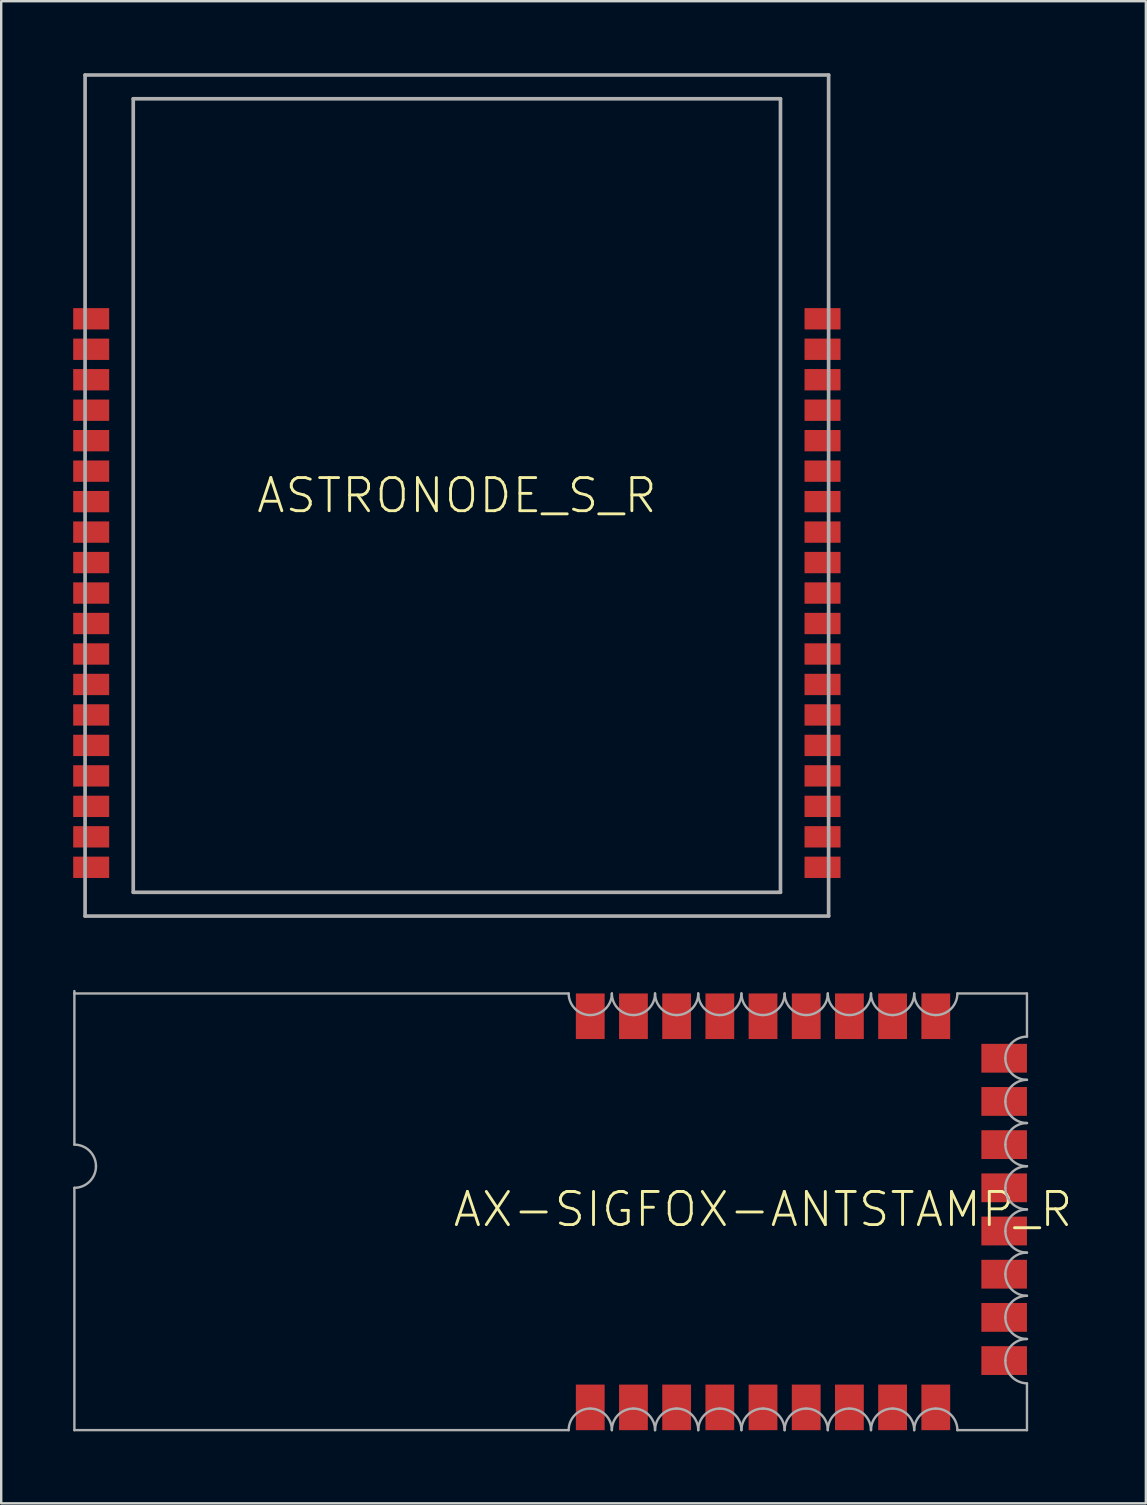
<source format=kicad_pcb>
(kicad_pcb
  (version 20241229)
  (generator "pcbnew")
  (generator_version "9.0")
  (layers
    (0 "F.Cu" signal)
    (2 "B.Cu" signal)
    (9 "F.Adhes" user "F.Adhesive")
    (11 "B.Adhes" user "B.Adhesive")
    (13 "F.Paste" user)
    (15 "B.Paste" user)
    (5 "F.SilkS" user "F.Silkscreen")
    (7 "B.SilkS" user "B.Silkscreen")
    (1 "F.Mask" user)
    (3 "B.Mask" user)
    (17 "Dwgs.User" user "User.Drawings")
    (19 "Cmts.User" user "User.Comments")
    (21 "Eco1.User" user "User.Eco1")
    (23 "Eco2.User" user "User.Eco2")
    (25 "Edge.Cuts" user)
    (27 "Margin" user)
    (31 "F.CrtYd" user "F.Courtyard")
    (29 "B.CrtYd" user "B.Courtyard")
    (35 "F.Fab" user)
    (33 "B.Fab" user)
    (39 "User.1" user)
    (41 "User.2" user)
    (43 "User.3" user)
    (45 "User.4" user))
  (footprint "AX-SIGFOX-ANTSTAMP_R"
    (layer "F.Cu")
    (at 28.75 47.354)
    (property "Reference" "AX-SIGFOX-ANTSTAMP_R" (at 0 0 0) (unlocked yes) (layer "F.SilkS") (effects (font (size 1.38 1.38) (thickness 0.12))))
    (fp_line (start -28.7 -9) (end -28.7 -9.1) (stroke (width 0.1) (type solid)) (layer "F.Fab"))
    (fp_line (start -28.7 -9) (end -28.7 -2.7) (stroke (width 0.1) (type solid)) (layer "F.Fab"))
    (fp_line (start -28.7 -0.9) (end -28.7 9.2) (stroke (width 0.1) (type solid)) (layer "F.Fab"))
    (fp_line (start -28.7 9.2) (end -8.1 9.2) (stroke (width 0.1) (type solid)) (layer "F.Fab"))
    (fp_line (start -8.1 -9) (end -28.7 -9) (stroke (width 0.1) (type solid)) (layer "F.Fab"))
    (fp_line (start 8.1 -9) (end 11 -9) (stroke (width 0.1) (type solid)) (layer "F.Fab"))
    (fp_line (start 8.1 9.2) (end 11 9.2) (stroke (width 0.1) (type solid)) (layer "F.Fab"))
    (fp_line (start 11 -7.2) (end 11 -9) (stroke (width 0.1) (type solid)) (layer "F.Fab"))
    (fp_line (start 11 9.2) (end 11 7.25) (stroke (width 0.1) (type solid)) (layer "F.Fab"))
    (fp_arc (start -28.7 -2.7) (mid -28.063604 -2.436396) (end -27.8 -1.8) (stroke (width 0.1) (type solid)) (layer "F.Fab"))
    (fp_arc (start -27.8 -1.8) (mid -28.063604 -1.163604) (end -28.7 -0.9) (stroke (width 0.1) (type solid)) (layer "F.Fab"))
    (fp_arc (start -8.1 9.2) (mid -7.836396 8.563604) (end -7.2 8.3) (stroke (width 0.1) (type solid)) (layer "F.Fab"))
    (fp_arc (start -7.2 -8.1) (mid -7.836396 -8.363604) (end -8.1 -9) (stroke (width 0.1) (type solid)) (layer "F.Fab"))
    (fp_arc (start -7.2 8.3) (mid -6.563604 8.563604) (end -6.3 9.2) (stroke (width 0.1) (type solid)) (layer "F.Fab"))
    (fp_arc (start -6.3 -9) (mid -6.563604 -8.363604) (end -7.2 -8.1) (stroke (width 0.1) (type solid)) (layer "F.Fab"))
    (fp_arc (start -6.3 9.2) (mid -6.036396 8.563604) (end -5.4 8.3) (stroke (width 0.1) (type solid)) (layer "F.Fab"))
    (fp_arc (start -5.4 -8.1) (mid -6.036396 -8.363604) (end -6.3 -9) (stroke (width 0.1) (type solid)) (layer "F.Fab"))
    (fp_arc (start -5.4 8.3) (mid -4.763604 8.563604) (end -4.5 9.2) (stroke (width 0.1) (type solid)) (layer "F.Fab"))
    (fp_arc (start -4.5 -9) (mid -4.763604 -8.363604) (end -5.4 -8.1) (stroke (width 0.1) (type solid)) (layer "F.Fab"))
    (fp_arc (start -4.5 9.2) (mid -4.236396 8.563604) (end -3.6 8.3) (stroke (width 0.1) (type solid)) (layer "F.Fab"))
    (fp_arc (start -3.6 -8.1) (mid -4.236396 -8.363604) (end -4.5 -9) (stroke (width 0.1) (type solid)) (layer "F.Fab"))
    (fp_arc (start -3.6 8.3) (mid -2.963604 8.563604) (end -2.7 9.2) (stroke (width 0.1) (type solid)) (layer "F.Fab"))
    (fp_arc (start -2.7 -9) (mid -2.963604 -8.363604) (end -3.6 -8.1) (stroke (width 0.1) (type solid)) (layer "F.Fab"))
    (fp_arc (start -2.7 9.2) (mid -2.436396 8.563604) (end -1.8 8.3) (stroke (width 0.1) (type solid)) (layer "F.Fab"))
    (fp_arc (start -1.8 -8.1) (mid -2.436396 -8.363604) (end -2.7 -9) (stroke (width 0.1) (type solid)) (layer "F.Fab"))
    (fp_arc (start -1.8 8.3) (mid -1.163604 8.563604) (end -0.9 9.2) (stroke (width 0.1) (type solid)) (layer "F.Fab"))
    (fp_arc (start -0.9 -9) (mid -1.163604 -8.363604) (end -1.8 -8.1) (stroke (width 0.1) (type solid)) (layer "F.Fab"))
    (fp_arc (start -0.9 9.2) (mid -0.636396 8.563604) (end 0 8.3) (stroke (width 0.1) (type solid)) (layer "F.Fab"))
    (fp_arc (start 0 -8.1) (mid -0.636396 -8.363604) (end -0.9 -9) (stroke (width 0.1) (type solid)) (layer "F.Fab"))
    (fp_arc (start 0 8.3) (mid 0.636396 8.563604) (end 0.9 9.2) (stroke (width 0.1) (type solid)) (layer "F.Fab"))
    (fp_arc (start 0.9 -9) (mid 0.636396 -8.363604) (end 0 -8.1) (stroke (width 0.1) (type solid)) (layer "F.Fab"))
    (fp_arc (start 0.9 9.2) (mid 1.163604 8.563604) (end 1.8 8.3) (stroke (width 0.1) (type solid)) (layer "F.Fab"))
    (fp_arc (start 1.8 -8.1) (mid 1.163604 -8.363604) (end 0.9 -9) (stroke (width 0.1) (type solid)) (layer "F.Fab"))
    (fp_arc (start 1.8 8.3) (mid 2.436396 8.563604) (end 2.7 9.2) (stroke (width 0.1) (type solid)) (layer "F.Fab"))
    (fp_arc (start 2.7 -9) (mid 2.436396 -8.363604) (end 1.8 -8.1) (stroke (width 0.1) (type solid)) (layer "F.Fab"))
    (fp_arc (start 2.7 9.2) (mid 2.963604 8.563604) (end 3.6 8.3) (stroke (width 0.1) (type solid)) (layer "F.Fab"))
    (fp_arc (start 3.6 -8.1) (mid 2.963604 -8.363604) (end 2.7 -9) (stroke (width 0.1) (type solid)) (layer "F.Fab"))
    (fp_arc (start 3.6 8.3) (mid 4.236396 8.563604) (end 4.5 9.2) (stroke (width 0.1) (type solid)) (layer "F.Fab"))
    (fp_arc (start 4.5 -9) (mid 4.236396 -8.363604) (end 3.6 -8.1) (stroke (width 0.1) (type solid)) (layer "F.Fab"))
    (fp_arc (start 4.5 9.2) (mid 4.763604 8.563604) (end 5.4 8.3) (stroke (width 0.1) (type solid)) (layer "F.Fab"))
    (fp_arc (start 5.4 -8.1) (mid 4.763604 -8.363604) (end 4.5 -9) (stroke (width 0.1) (type solid)) (layer "F.Fab"))
    (fp_arc (start 5.4 8.3) (mid 6.036396 8.563604) (end 6.3 9.2) (stroke (width 0.1) (type solid)) (layer "F.Fab"))
    (fp_arc (start 6.3 -9) (mid 6.036396 -8.363604) (end 5.4 -8.1) (stroke (width 0.1) (type solid)) (layer "F.Fab"))
    (fp_arc (start 6.3 9.2) (mid 6.563604 8.563604) (end 7.2 8.3) (stroke (width 0.1) (type solid)) (layer "F.Fab"))
    (fp_arc (start 7.2 -8.1) (mid 6.563604 -8.363604) (end 6.3 -9) (stroke (width 0.1) (type solid)) (layer "F.Fab"))
    (fp_arc (start 7.2 8.3) (mid 7.836396 8.563604) (end 8.1 9.2) (stroke (width 0.1) (type solid)) (layer "F.Fab"))
    (fp_arc (start 8.1 -9) (mid 7.836396 -8.363604) (end 7.2 -8.1) (stroke (width 0.1) (type solid)) (layer "F.Fab"))
    (fp_arc (start 10.1 -6.3) (mid 10.363604 -6.936396) (end 11 -7.2) (stroke (width 0.1) (type solid)) (layer "F.Fab"))
    (fp_arc (start 10.1 -4.5) (mid 10.363604 -5.136396) (end 11 -5.4) (stroke (width 0.1) (type solid)) (layer "F.Fab"))
    (fp_arc (start 10.1 -2.7) (mid 10.363604 -3.336396) (end 11 -3.6) (stroke (width 0.1) (type solid)) (layer "F.Fab"))
    (fp_arc (start 10.1 -0.9) (mid 10.363604 -1.536396) (end 11 -1.8) (stroke (width 0.1) (type solid)) (layer "F.Fab"))
    (fp_arc (start 10.1 0.9) (mid 10.363604 0.263604) (end 11 0) (stroke (width 0.1) (type solid)) (layer "F.Fab"))
    (fp_arc (start 10.1 2.7) (mid 10.363604 2.063604) (end 11 1.8) (stroke (width 0.1) (type solid)) (layer "F.Fab"))
    (fp_arc (start 10.1 4.5) (mid 10.363604 3.863604) (end 11 3.6) (stroke (width 0.1) (type solid)) (layer "F.Fab"))
    (fp_arc (start 10.1 6.3) (mid 10.363604 5.663604) (end 11 5.4) (stroke (width 0.1) (type solid)) (layer "F.Fab"))
    (fp_arc (start 11 -5.4) (mid 10.363604 -5.663604) (end 10.1 -6.3) (stroke (width 0.1) (type solid)) (layer "F.Fab"))
    (fp_arc (start 11 -3.6) (mid 10.363604 -3.863604) (end 10.1 -4.5) (stroke (width 0.1) (type solid)) (layer "F.Fab"))
    (fp_arc (start 11 -1.8) (mid 10.363604 -2.063604) (end 10.1 -2.7) (stroke (width 0.1) (type solid)) (layer "F.Fab"))
    (fp_arc (start 11 0) (mid 10.363604 -0.263604) (end 10.1 -0.9) (stroke (width 0.1) (type solid)) (layer "F.Fab"))
    (fp_arc (start 11 1.8) (mid 10.363604 1.536396) (end 10.1 0.9) (stroke (width 0.1) (type solid)) (layer "F.Fab"))
    (fp_arc (start 11 3.6) (mid 10.363604 3.336396) (end 10.1 2.7) (stroke (width 0.1) (type solid)) (layer "F.Fab"))
    (fp_arc (start 11 5.4) (mid 10.363604 5.136396) (end 10.1 4.5) (stroke (width 0.1) (type solid)) (layer "F.Fab"))
    (fp_arc (start 11 7.25) (mid 10.353249 6.961396) (end 10.1 6.3) (stroke (width 0.1) (type solid)) (layer "F.Fab"))
    (pad "9" smd rect (at -7.2 8.25) (size 1.2 1.9) (layers "F.Cu" "F.Mask" "F.Paste"))
    (pad "10" smd rect (at -5.4 8.25) (size 1.2 1.9) (layers "F.Cu" "F.Mask" "F.Paste"))
    (pad "11" smd rect (at -3.6 8.25) (size 1.2 1.9) (layers "F.Cu" "F.Mask" "F.Paste"))
    (pad "12" smd rect (at -1.8 8.25) (size 1.2 1.9) (layers "F.Cu" "F.Mask" "F.Paste"))
    (pad "13" smd rect (at 0 8.25) (size 1.2 1.9) (layers "F.Cu" "F.Mask" "F.Paste"))
    (pad "14" smd rect (at 1.8 8.25) (size 1.2 1.9) (layers "F.Cu" "F.Mask" "F.Paste"))
    (pad "15" smd rect (at 3.6 8.25) (size 1.2 1.9) (layers "F.Cu" "F.Mask" "F.Paste"))
    (pad "16" smd rect (at 5.4 8.25) (size 1.2 1.9) (layers "F.Cu" "F.Mask" "F.Paste"))
    (pad "17" smd rect (at 7.2 8.25) (size 1.2 1.9) (layers "F.Cu" "F.Mask" "F.Paste"))
    (pad "18" smd rect (at 10.05 6.3 90) (size 1.2 1.9) (layers "F.Cu" "F.Mask" "F.Paste"))
    (pad "19" smd rect (at 10.05 4.5 90) (size 1.2 1.9) (layers "F.Cu" "F.Mask" "F.Paste"))
    (pad "20" smd rect (at 10.05 2.7 90) (size 1.2 1.9) (layers "F.Cu" "F.Mask" "F.Paste"))
    (pad "21" smd rect (at 10.05 0.9 90) (size 1.2 1.9) (layers "F.Cu" "F.Mask" "F.Paste"))
    (pad "22" smd rect (at 10.05 -0.9 90) (size 1.2 1.9) (layers "F.Cu" "F.Mask" "F.Paste"))
    (pad "23" smd rect (at 10.05 -2.7 90) (size 1.2 1.9) (layers "F.Cu" "F.Mask" "F.Paste"))
    (pad "24" smd rect (at 10.05 -4.5 90) (size 1.2 1.9) (layers "F.Cu" "F.Mask" "F.Paste"))
    (pad "25" smd rect (at 10.05 -6.3 90) (size 1.2 1.9) (layers "F.Cu" "F.Mask" "F.Paste"))
    (pad "26" smd rect (at 7.2 -8.05) (size 1.2 1.9) (layers "F.Cu" "F.Mask" "F.Paste"))
    (pad "27" smd rect (at 5.4 -8.05) (size 1.2 1.9) (layers "F.Cu" "F.Mask" "F.Paste"))
    (pad "28" smd rect (at 3.6 -8.05) (size 1.2 1.9) (layers "F.Cu" "F.Mask" "F.Paste"))
    (pad "29" smd rect (at 1.8 -8.05) (size 1.2 1.9) (layers "F.Cu" "F.Mask" "F.Paste"))
    (pad "30" smd rect (at 0 -8.05) (size 1.2 1.9) (layers "F.Cu" "F.Mask" "F.Paste"))
    (pad "31" smd rect (at -1.8 -8.05) (size 1.2 1.9) (layers "F.Cu" "F.Mask" "F.Paste"))
    (pad "32" smd rect (at -3.6 -8.05) (size 1.2 1.9) (layers "F.Cu" "F.Mask" "F.Paste"))
    (pad "33" smd rect (at -5.4 -8.05) (size 1.2 1.9) (layers "F.Cu" "F.Mask" "F.Paste"))
    (pad "34" smd rect (at -7.2 -8.05) (size 1.2 1.9) (layers "F.Cu" "F.Mask" "F.Paste"))
    (zone (net_name "") (layer "F.Cu") (hatch edge 0.5) (connect_pads) (min_thickness 0.25) (filled_areas_thickness no) (keepout (tracks not_allowed) (vias not_allowed) (pads not_allowed) (copperpour not_allowed) (footprints allowed)) (placement (enabled no)) (fill) (polygon (pts (xy 0.05 56.554) (xy 17.75 56.554) (xy 17.75 38.354) (xy 0.05 38.354))))
    (zone (net_name "") (layer "B.Cu") (hatch edge 0.5) (connect_pads) (min_thickness 0.25) (filled_areas_thickness no) (keepout (tracks not_allowed) (vias not_allowed) (pads not_allowed) (copperpour not_allowed) (footprints allowed)) (placement (enabled no)) (fill) (polygon (pts (xy 0.05 56.554) (xy 17.75 56.554) (xy 17.75 38.354) (xy 0.05 38.354)))))
  (footprint "ASTRONODE_S_R"
    (layer "F.Cu")
    (at 15.99 17.602)
    (property "Reference" "ASTRONODE_S_R" (at 0 0 0) (unlocked yes) (layer "F.SilkS") (effects (font (size 1.38 1.38) (thickness 0.12))))
    (fp_poly (pts (xy -14.49 -6.92) (xy -15.99 -6.92) (xy -15.99 -7.81) (xy -14.49 -7.81)) (stroke (width 0) (type default)) (fill yes) (layer "F.Paste"))
    (fp_poly (pts (xy -14.49 -5.65) (xy -15.99 -5.65) (xy -15.99 -6.54) (xy -14.49 -6.54)) (stroke (width 0) (type default)) (fill yes) (layer "F.Paste"))
    (fp_poly (pts (xy -14.49 -4.38) (xy -15.99 -4.38) (xy -15.99 -5.27) (xy -14.49 -5.27)) (stroke (width 0) (type default)) (fill yes) (layer "F.Paste"))
    (fp_poly (pts (xy -14.49 -3.11) (xy -15.99 -3.11) (xy -15.99 -4) (xy -14.49 -4)) (stroke (width 0) (type default)) (fill yes) (layer "F.Paste"))
    (fp_poly (pts (xy -14.49 -1.84) (xy -15.99 -1.84) (xy -15.99 -2.73) (xy -14.49 -2.73)) (stroke (width 0) (type default)) (fill yes) (layer "F.Paste"))
    (fp_poly (pts (xy -14.49 -0.57) (xy -15.99 -0.57) (xy -15.99 -1.46) (xy -14.49 -1.46)) (stroke (width 0) (type default)) (fill yes) (layer "F.Paste"))
    (fp_poly (pts (xy -14.49 0.7) (xy -15.99 0.7) (xy -15.99 -0.19) (xy -14.49 -0.19)) (stroke (width 0) (type default)) (fill yes) (layer "F.Paste"))
    (fp_poly (pts (xy -14.49 1.97) (xy -15.99 1.97) (xy -15.99 1.08) (xy -14.49 1.08)) (stroke (width 0) (type default)) (fill yes) (layer "F.Paste"))
    (fp_poly (pts (xy -14.49 3.24) (xy -15.99 3.24) (xy -15.99 2.35) (xy -14.49 2.35)) (stroke (width 0) (type default)) (fill yes) (layer "F.Paste"))
    (fp_poly (pts (xy -14.49 4.51) (xy -15.99 4.51) (xy -15.99 3.62) (xy -14.49 3.62)) (stroke (width 0) (type default)) (fill yes) (layer "F.Paste"))
    (fp_poly (pts (xy -14.49 5.78) (xy -15.99 5.78) (xy -15.99 4.89) (xy -14.49 4.89)) (stroke (width 0) (type default)) (fill yes) (layer "F.Paste"))
    (fp_poly (pts (xy -14.49 7.05) (xy -15.99 7.05) (xy -15.99 6.16) (xy -14.49 6.16)) (stroke (width 0) (type default)) (fill yes) (layer "F.Paste"))
    (fp_poly (pts (xy -14.49 8.32) (xy -15.99 8.32) (xy -15.99 7.43) (xy -14.49 7.43)) (stroke (width 0) (type default)) (fill yes) (layer "F.Paste"))
    (fp_poly (pts (xy -14.49 9.59) (xy -15.99 9.59) (xy -15.99 8.7) (xy -14.49 8.7)) (stroke (width 0) (type default)) (fill yes) (layer "F.Paste"))
    (fp_poly (pts (xy -14.49 10.86) (xy -15.99 10.86) (xy -15.99 9.97) (xy -14.49 9.97)) (stroke (width 0) (type default)) (fill yes) (layer "F.Paste"))
    (fp_poly (pts (xy -14.49 12.13) (xy -15.99 12.13) (xy -15.99 11.24) (xy -14.49 11.24)) (stroke (width 0) (type default)) (fill yes) (layer "F.Paste"))
    (fp_poly (pts (xy -14.49 13.4) (xy -15.99 13.4) (xy -15.99 12.51) (xy -14.49 12.51)) (stroke (width 0) (type default)) (fill yes) (layer "F.Paste"))
    (fp_poly (pts (xy -14.49 14.67) (xy -15.99 14.67) (xy -15.99 13.78) (xy -14.49 13.78)) (stroke (width 0) (type default)) (fill yes) (layer "F.Paste"))
    (fp_poly (pts (xy -14.49 15.94) (xy -15.99 15.94) (xy -15.99 15.05) (xy -14.49 15.05)) (stroke (width 0) (type default)) (fill yes) (layer "F.Paste"))
    (fp_poly (pts (xy 15.99 -6.92) (xy 14.49 -6.92) (xy 14.49 -7.81) (xy 15.99 -7.81)) (stroke (width 0) (type default)) (fill yes) (layer "F.Paste"))
    (fp_poly (pts (xy 15.99 -5.65) (xy 14.49 -5.65) (xy 14.49 -6.54) (xy 15.99 -6.54)) (stroke (width 0) (type default)) (fill yes) (layer "F.Paste"))
    (fp_poly (pts (xy 15.99 -4.38) (xy 14.49 -4.38) (xy 14.49 -5.27) (xy 15.99 -5.27)) (stroke (width 0) (type default)) (fill yes) (layer "F.Paste"))
    (fp_poly (pts (xy 15.99 -3.11) (xy 14.49 -3.11) (xy 14.49 -4) (xy 15.99 -4)) (stroke (width 0) (type default)) (fill yes) (layer "F.Paste"))
    (fp_poly (pts (xy 15.99 -1.84) (xy 14.49 -1.84) (xy 14.49 -2.73) (xy 15.99 -2.73)) (stroke (width 0) (type default)) (fill yes) (layer "F.Paste"))
    (fp_poly (pts (xy 15.99 -0.57) (xy 14.49 -0.57) (xy 14.49 -1.46) (xy 15.99 -1.46)) (stroke (width 0) (type default)) (fill yes) (layer "F.Paste"))
    (fp_poly (pts (xy 15.99 0.7) (xy 14.49 0.7) (xy 14.49 -0.19) (xy 15.99 -0.19)) (stroke (width 0) (type default)) (fill yes) (layer "F.Paste"))
    (fp_poly (pts (xy 15.99 1.97) (xy 14.49 1.97) (xy 14.49 1.08) (xy 15.99 1.08)) (stroke (width 0) (type default)) (fill yes) (layer "F.Paste"))
    (fp_poly (pts (xy 15.99 3.24) (xy 14.49 3.24) (xy 14.49 2.35) (xy 15.99 2.35)) (stroke (width 0) (type default)) (fill yes) (layer "F.Paste"))
    (fp_poly (pts (xy 15.99 4.51) (xy 14.49 4.51) (xy 14.49 3.62) (xy 15.99 3.62)) (stroke (width 0) (type default)) (fill yes) (layer "F.Paste"))
    (fp_poly (pts (xy 15.99 5.78) (xy 14.49 5.78) (xy 14.49 4.89) (xy 15.99 4.89)) (stroke (width 0) (type default)) (fill yes) (layer "F.Paste"))
    (fp_poly (pts (xy 15.99 7.05) (xy 14.49 7.05) (xy 14.49 6.16) (xy 15.99 6.16)) (stroke (width 0) (type default)) (fill yes) (layer "F.Paste"))
    (fp_poly (pts (xy 15.99 8.32) (xy 14.49 8.32) (xy 14.49 7.43) (xy 15.99 7.43)) (stroke (width 0) (type default)) (fill yes) (layer "F.Paste"))
    (fp_poly (pts (xy 15.99 9.59) (xy 14.49 9.59) (xy 14.49 8.7) (xy 15.99 8.7)) (stroke (width 0) (type default)) (fill yes) (layer "F.Paste"))
    (fp_poly (pts (xy 15.99 10.86) (xy 14.49 10.86) (xy 14.49 9.97) (xy 15.99 9.97)) (stroke (width 0) (type default)) (fill yes) (layer "F.Paste"))
    (fp_poly (pts (xy 15.99 12.13) (xy 14.49 12.13) (xy 14.49 11.24) (xy 15.99 11.24)) (stroke (width 0) (type default)) (fill yes) (layer "F.Paste"))
    (fp_poly (pts (xy 15.99 13.4) (xy 14.49 13.4) (xy 14.49 12.51) (xy 15.99 12.51)) (stroke (width 0) (type default)) (fill yes) (layer "F.Paste"))
    (fp_poly (pts (xy 15.99 14.67) (xy 14.49 14.67) (xy 14.49 13.78) (xy 15.99 13.78)) (stroke (width 0) (type default)) (fill yes) (layer "F.Paste"))
    (fp_poly (pts (xy 15.99 15.94) (xy 14.49 15.94) (xy 14.49 15.05) (xy 15.99 15.05)) (stroke (width 0) (type default)) (fill yes) (layer "F.Paste"))
    (fp_line (start -15.494 -17.526) (end 15.494 -17.526) (stroke (width 0.152) (type solid)) (layer "F.Fab"))
    (fp_line (start -15.494 17.526) (end -15.494 -17.526) (stroke (width 0.152) (type solid)) (layer "F.Fab"))
    (fp_line (start -15.494 17.526) (end 15.494 17.526) (stroke (width 0.152) (type solid)) (layer "F.Fab"))
    (fp_line (start -13.487 -16.535) (end 13.487 -16.535) (stroke (width 0.152) (type solid)) (layer "F.Fab"))
    (fp_line (start -13.487 16.535) (end -13.487 -16.535) (stroke (width 0.152) (type solid)) (layer "F.Fab"))
    (fp_line (start 13.487 -16.535) (end 13.487 16.535) (stroke (width 0.152) (type solid)) (layer "F.Fab"))
    (fp_line (start 13.487 16.535) (end -13.487 16.535) (stroke (width 0.152) (type solid)) (layer "F.Fab"))
    (fp_line (start 15.494 -17.526) (end 15.494 17.526) (stroke (width 0.152) (type solid)) (layer "F.Fab"))
    (pad "1" smd rect (at 15.24 15.494 180) (size 1.499 0.889) (layers "F.Cu" "F.Mask"))
    (pad "2" smd rect (at 15.24 14.224 180) (size 1.499 0.889) (layers "F.Cu" "F.Mask"))
    (pad "3" smd rect (at 15.24 12.954 180) (size 1.499 0.889) (layers "F.Cu" "F.Mask"))
    (pad "4" smd rect (at 15.24 11.684 180) (size 1.499 0.889) (layers "F.Cu" "F.Mask"))
    (pad "5" smd rect (at 15.24 10.414 180) (size 1.499 0.889) (layers "F.Cu" "F.Mask"))
    (pad "6" smd rect (at 15.24 9.144 180) (size 1.499 0.889) (layers "F.Cu" "F.Mask"))
    (pad "7" smd rect (at 15.24 7.874 180) (size 1.499 0.889) (layers "F.Cu" "F.Mask"))
    (pad "8" smd rect (at 15.24 6.604 180) (size 1.499 0.889) (layers "F.Cu" "F.Mask"))
    (pad "9" smd rect (at 15.24 5.334 180) (size 1.499 0.889) (layers "F.Cu" "F.Mask"))
    (pad "10" smd rect (at 15.24 4.064 180) (size 1.499 0.889) (layers "F.Cu" "F.Mask"))
    (pad "11" smd rect (at 15.24 2.794 180) (size 1.499 0.889) (layers "F.Cu" "F.Mask"))
    (pad "12" smd rect (at 15.24 1.524 180) (size 1.499 0.889) (layers "F.Cu" "F.Mask"))
    (pad "13" smd rect (at 15.24 0.254 180) (size 1.499 0.889) (layers "F.Cu" "F.Mask"))
    (pad "14" smd rect (at 15.24 -1.016 180) (size 1.499 0.889) (layers "F.Cu" "F.Mask"))
    (pad "15" smd rect (at 15.24 -2.286 180) (size 1.499 0.889) (layers "F.Cu" "F.Mask"))
    (pad "16" smd rect (at 15.24 -3.556 180) (size 1.499 0.889) (layers "F.Cu" "F.Mask"))
    (pad "17" smd rect (at 15.24 -4.826 180) (size 1.499 0.889) (layers "F.Cu" "F.Mask"))
    (pad "18" smd rect (at 15.24 -6.096 180) (size 1.499 0.889) (layers "F.Cu" "F.Mask"))
    (pad "19" smd rect (at 15.24 -7.366 180) (size 1.499 0.889) (layers "F.Cu" "F.Mask"))
    (pad "20" smd rect (at -15.24 -7.366) (size 1.499 0.889) (layers "F.Cu" "F.Mask"))
    (pad "21" smd rect (at -15.24 -6.096 180) (size 1.499 0.889) (layers "F.Cu" "F.Mask"))
    (pad "22" smd rect (at -15.24 -4.826 180) (size 1.499 0.889) (layers "F.Cu" "F.Mask"))
    (pad "23" smd rect (at -15.24 -3.556 180) (size 1.499 0.889) (layers "F.Cu" "F.Mask"))
    (pad "24" smd rect (at -15.24 -2.286 180) (size 1.499 0.889) (layers "F.Cu" "F.Mask"))
    (pad "25" smd rect (at -15.24 -1.016 180) (size 1.499 0.889) (layers "F.Cu" "F.Mask"))
    (pad "26" smd rect (at -15.24 0.254 180) (size 1.499 0.889) (layers "F.Cu" "F.Mask"))
    (pad "27" smd rect (at -15.24 1.524) (size 1.499 0.889) (layers "F.Cu" "F.Mask"))
    (pad "28" smd rect (at -15.24 2.794) (size 1.499 0.889) (layers "F.Cu" "F.Mask"))
    (pad "29" smd rect (at -15.24 4.064) (size 1.499 0.889) (layers "F.Cu" "F.Mask"))
    (pad "30" smd rect (at -15.24 5.334) (size 1.499 0.889) (layers "F.Cu" "F.Mask"))
    (pad "31" smd rect (at -15.24 6.604) (size 1.499 0.889) (layers "F.Cu" "F.Mask"))
    (pad "32" smd rect (at -15.24 7.874) (size 1.499 0.889) (layers "F.Cu" "F.Mask"))
    (pad "33" smd rect (at -15.24 9.144) (size 1.499 0.889) (layers "F.Cu" "F.Mask"))
    (pad "34" smd rect (at -15.24 10.414) (size 1.499 0.889) (layers "F.Cu" "F.Mask"))
    (pad "35" smd rect (at -15.24 11.684) (size 1.499 0.889) (layers "F.Cu" "F.Mask"))
    (pad "36" smd rect (at -15.24 12.954) (size 1.499 0.889) (layers "F.Cu" "F.Mask"))
    (pad "37" smd rect (at -15.24 14.224) (size 1.499 0.889) (layers "F.Cu" "F.Mask"))
    (pad "38" smd rect (at -15.24 15.494) (size 1.499 0.889) (layers "F.Cu" "F.Mask")))
  (gr_rect
    (start -3 -3)
    (end 44.705 59.604)
    (stroke (width 0.1) (type default))
    (fill no)
    (layer "Edge.Cuts")))
</source>
